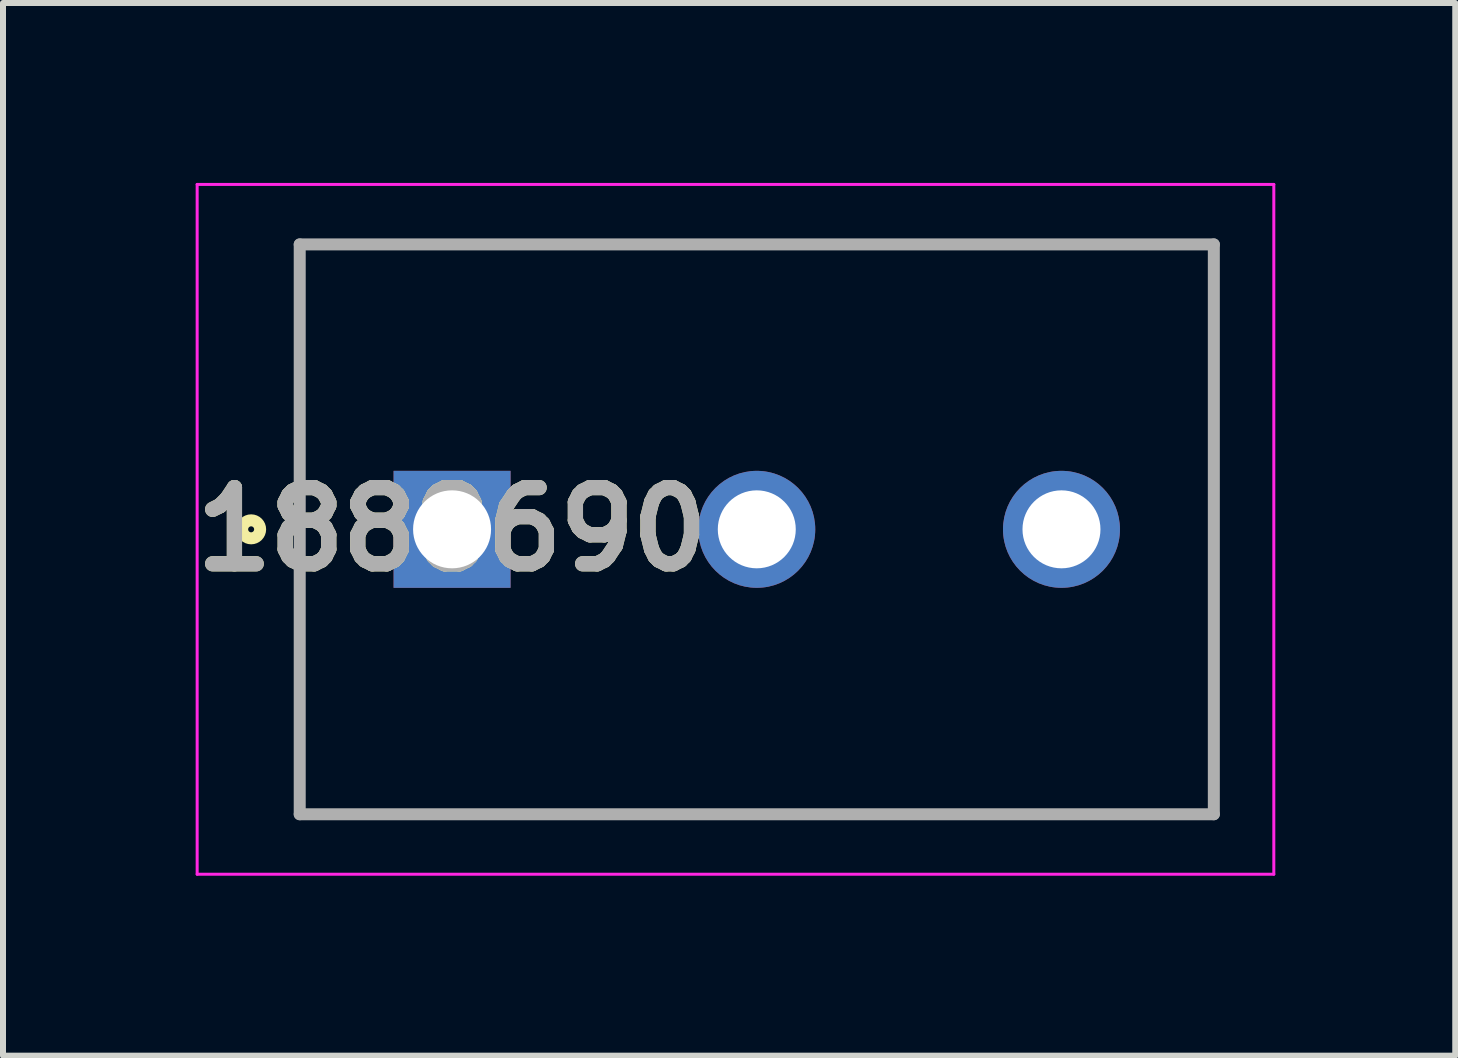
<source format=kicad_pcb>
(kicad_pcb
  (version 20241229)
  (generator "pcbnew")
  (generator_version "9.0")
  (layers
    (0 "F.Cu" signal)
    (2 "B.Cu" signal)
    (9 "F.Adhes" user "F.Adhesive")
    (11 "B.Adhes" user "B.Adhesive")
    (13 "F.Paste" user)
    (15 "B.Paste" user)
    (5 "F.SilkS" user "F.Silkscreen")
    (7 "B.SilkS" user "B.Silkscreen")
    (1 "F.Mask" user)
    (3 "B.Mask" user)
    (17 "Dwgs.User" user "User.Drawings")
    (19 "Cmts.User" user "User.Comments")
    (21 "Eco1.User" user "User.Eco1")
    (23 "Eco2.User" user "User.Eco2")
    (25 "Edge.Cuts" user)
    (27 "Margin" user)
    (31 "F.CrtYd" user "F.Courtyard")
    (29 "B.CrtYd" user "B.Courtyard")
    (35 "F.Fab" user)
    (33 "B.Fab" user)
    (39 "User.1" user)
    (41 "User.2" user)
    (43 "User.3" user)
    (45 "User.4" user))
  (footprint "1888690"
    (layer "F.Cu")
    (at 4.487 5.775)
    (property "Reference" "1888690" (at 0 0 0) (layer "F.SilkS") (effects (font (size 1.27 1.27) (thickness 0.254))))
    (attr through_hole)
    (fp_line (start -2.54 -4.75) (end 12.7 -4.75) (stroke (width 0.1) (type solid)) (layer "F.SilkS"))
    (fp_line (start -2.54 4.75) (end -2.54 -4.75) (stroke (width 0.1) (type solid)) (layer "F.SilkS"))
    (fp_line (start 12.7 -4.75) (end 12.7 4.75) (stroke (width 0.1) (type solid)) (layer "F.SilkS"))
    (fp_line (start 12.7 4.75) (end -2.54 4.75) (stroke (width 0.1) (type solid)) (layer "F.SilkS"))
    (fp_circle (center -3.35 0) (end -3.35 0.05) (stroke (width 0.2) (type solid)) (fill no) (layer "F.SilkS"))
    (fp_line (start -4.25 -5.75) (end 13.7 -5.75) (stroke (width 0.05) (type solid)) (layer "F.CrtYd"))
    (fp_line (start -4.25 5.75) (end -4.25 -5.75) (stroke (width 0.05) (type solid)) (layer "F.CrtYd"))
    (fp_line (start 13.7 -5.75) (end 13.7 5.75) (stroke (width 0.05) (type solid)) (layer "F.CrtYd"))
    (fp_line (start 13.7 5.75) (end -4.25 5.75) (stroke (width 0.05) (type solid)) (layer "F.CrtYd"))
    (fp_line (start -2.54 -4.75) (end 12.7 -4.75) (stroke (width 0.2) (type solid)) (layer "F.Fab"))
    (fp_line (start -2.54 4.75) (end -2.54 -4.75) (stroke (width 0.2) (type solid)) (layer "F.Fab"))
    (fp_line (start 12.7 -4.75) (end 12.7 4.75) (stroke (width 0.2) (type solid)) (layer "F.Fab"))
    (fp_line (start 12.7 4.75) (end -2.54 4.75) (stroke (width 0.2) (type solid)) (layer "F.Fab"))
    (fp_text user "${REFERENCE}" (at 0 0 0) (layer "F.Fab") (effects (font (size 1.27 1.27) (thickness 0.254))))
    (pad "1" thru_hole rect (at 0 0) (size 1.95 1.95) (drill 1.3) (layers "*.Cu" "*.Mask"))
    (pad "2" thru_hole circle (at 5.08 0) (size 1.95 1.95) (drill 1.3) (layers "*.Cu" "*.Mask"))
    (pad "3" thru_hole circle (at 10.16 0) (size 1.95 1.95) (drill 1.3) (layers "*.Cu" "*.Mask")))
  (gr_rect
    (start -3 -3)
    (end 21.212 14.55)
    (stroke (width 0.1) (type default))
    (fill no)
    (layer "Edge.Cuts")))
</source>
